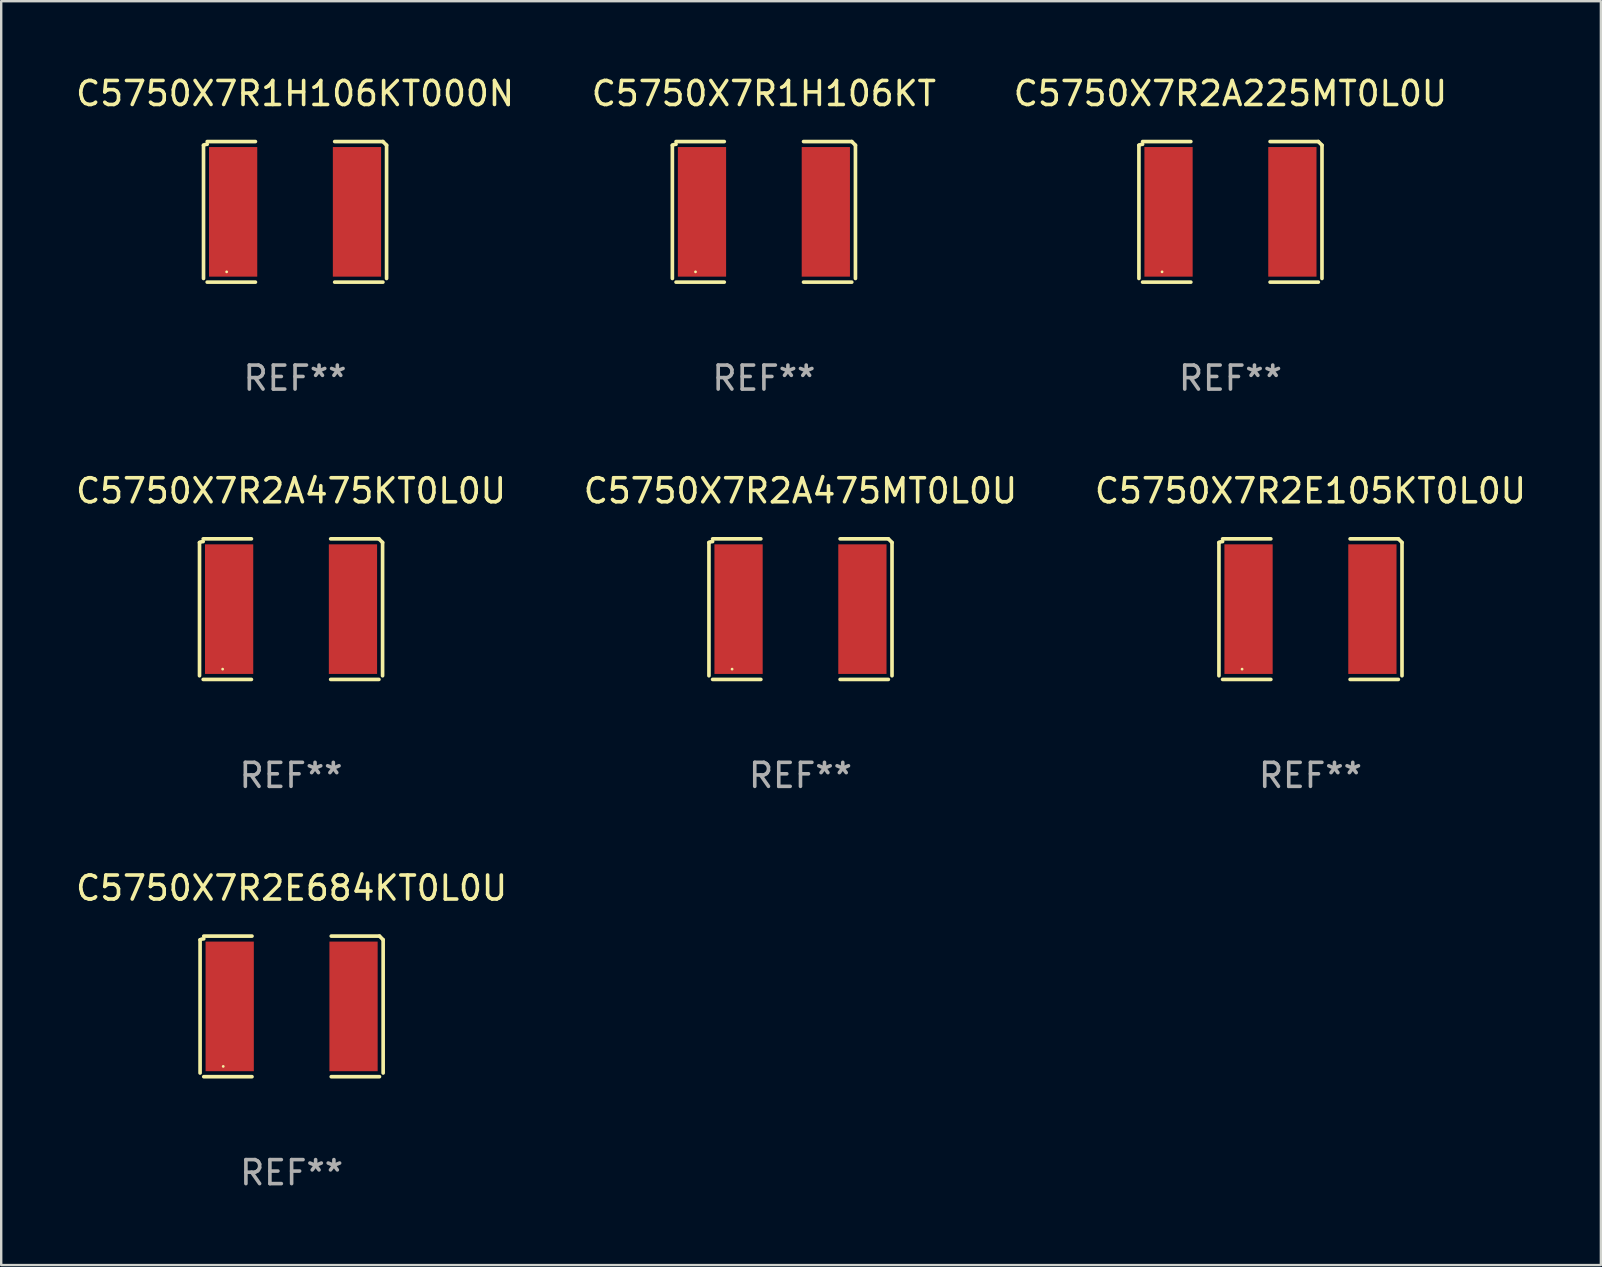
<source format=kicad_pcb>
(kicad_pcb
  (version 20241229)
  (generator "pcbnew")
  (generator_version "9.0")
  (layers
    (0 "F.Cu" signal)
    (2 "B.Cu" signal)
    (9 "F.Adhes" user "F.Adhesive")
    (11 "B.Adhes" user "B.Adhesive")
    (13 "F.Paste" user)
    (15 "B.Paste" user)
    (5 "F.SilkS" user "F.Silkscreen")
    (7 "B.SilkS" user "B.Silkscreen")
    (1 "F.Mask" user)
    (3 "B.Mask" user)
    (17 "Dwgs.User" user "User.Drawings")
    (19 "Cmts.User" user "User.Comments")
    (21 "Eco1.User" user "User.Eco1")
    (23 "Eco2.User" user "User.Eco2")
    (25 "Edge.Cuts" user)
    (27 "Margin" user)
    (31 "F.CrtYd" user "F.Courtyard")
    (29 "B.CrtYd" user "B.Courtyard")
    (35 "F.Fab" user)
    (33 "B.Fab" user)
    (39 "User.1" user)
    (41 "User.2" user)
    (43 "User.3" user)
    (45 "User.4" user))
  (footprint "C5750X7R2A475MT0L0U"
    (layer "F.Cu")
    (at 30.304 22.331)
    (property "Reference" "C5750X7R2A475MT0L0U" (at 0 -4.929 0) (layer "F.SilkS") (effects (font (size 1 1) (thickness 0.15))))
    (attr through_hole)
    (fp_line (start -3.814 2.776) (end -3.814 -2.776) (stroke (width 0.152) (type solid)) (layer "F.SilkS"))
    (fp_line (start -3.661 -2.929) (end -1.651 -2.929) (stroke (width 0.152) (type solid)) (layer "F.SilkS"))
    (fp_line (start -1.651 2.929) (end -3.661 2.929) (stroke (width 0.152) (type solid)) (layer "F.SilkS"))
    (fp_line (start 1.651 2.929) (end 3.661 2.929) (stroke (width 0.152) (type solid)) (layer "F.SilkS"))
    (fp_line (start 3.661 -2.929) (end 1.651 -2.929) (stroke (width 0.152) (type solid)) (layer "F.SilkS"))
    (fp_line (start 3.814 2.776) (end 3.814 -2.776) (stroke (width 0.152) (type solid)) (layer "F.SilkS"))
    (fp_arc (start -3.813614 -2.7762) (mid -3.739925 -2.805625) (end -3.661214 -2.815646) (stroke (width 0.1524) (type solid)) (layer "F.SilkS"))
    (fp_arc (start 3.661214 -2.9286) (mid 3.737425 -2.852411) (end 3.813614 -2.7762) (stroke (width 0.1524) (type solid)) (layer "F.SilkS"))
    (fp_circle (center -2.85 2.5) (end -2.82 2.5) (stroke (width 0.06) (type solid)) (fill no) (layer "F.SilkS"))
    (fp_text user "REF**" (at 0 6.929 0) (layer "F.Fab") (effects (font (size 1 1) (thickness 0.15))))
    (pad "1" smd rect (at -2.58 0) (size 2.01 5.4) (layers "F.Cu" "F.Mask" "F.Paste"))
    (pad "2" smd rect (at 2.58 0) (size 2.01 5.4) (layers "F.Cu" "F.Mask" "F.Paste")))
  (footprint "C5750X7R2A475KT0L0U"
    (layer "F.Cu")
    (at 9.077 22.331)
    (property "Reference" "C5750X7R2A475KT0L0U" (at 0 -4.929 0) (layer "F.SilkS") (effects (font (size 1 1) (thickness 0.15))))
    (attr through_hole)
    (fp_line (start -3.814 2.776) (end -3.814 -2.776) (stroke (width 0.152) (type solid)) (layer "F.SilkS"))
    (fp_line (start -3.661 -2.929) (end -1.651 -2.929) (stroke (width 0.152) (type solid)) (layer "F.SilkS"))
    (fp_line (start -1.651 2.929) (end -3.661 2.929) (stroke (width 0.152) (type solid)) (layer "F.SilkS"))
    (fp_line (start 1.651 2.929) (end 3.661 2.929) (stroke (width 0.152) (type solid)) (layer "F.SilkS"))
    (fp_line (start 3.661 -2.929) (end 1.651 -2.929) (stroke (width 0.152) (type solid)) (layer "F.SilkS"))
    (fp_line (start 3.814 2.776) (end 3.814 -2.776) (stroke (width 0.152) (type solid)) (layer "F.SilkS"))
    (fp_arc (start -3.813614 -2.7762) (mid -3.739925 -2.805625) (end -3.661214 -2.815646) (stroke (width 0.1524) (type solid)) (layer "F.SilkS"))
    (fp_arc (start 3.661214 -2.9286) (mid 3.737425 -2.852411) (end 3.813614 -2.7762) (stroke (width 0.1524) (type solid)) (layer "F.SilkS"))
    (fp_circle (center -2.85 2.5) (end -2.82 2.5) (stroke (width 0.06) (type solid)) (fill no) (layer "F.SilkS"))
    (fp_text user "REF**" (at 0 6.929 0) (layer "F.Fab") (effects (font (size 1 1) (thickness 0.15))))
    (pad "1" smd rect (at -2.58 0) (size 2.01 5.4) (layers "F.Cu" "F.Mask" "F.Paste"))
    (pad "2" smd rect (at 2.58 0) (size 2.01 5.4) (layers "F.Cu" "F.Mask" "F.Paste")))
  (footprint "C5750X7R2E105KT0L0U"
    (layer "F.Cu")
    (at 51.554 22.331)
    (property "Reference" "C5750X7R2E105KT0L0U" (at 0 -4.929 0) (layer "F.SilkS") (effects (font (size 1 1) (thickness 0.15))))
    (attr through_hole)
    (fp_line (start -3.814 2.776) (end -3.814 -2.776) (stroke (width 0.152) (type solid)) (layer "F.SilkS"))
    (fp_line (start -3.661 -2.929) (end -1.651 -2.929) (stroke (width 0.152) (type solid)) (layer "F.SilkS"))
    (fp_line (start -1.651 2.929) (end -3.661 2.929) (stroke (width 0.152) (type solid)) (layer "F.SilkS"))
    (fp_line (start 1.651 2.929) (end 3.661 2.929) (stroke (width 0.152) (type solid)) (layer "F.SilkS"))
    (fp_line (start 3.661 -2.929) (end 1.651 -2.929) (stroke (width 0.152) (type solid)) (layer "F.SilkS"))
    (fp_line (start 3.814 2.776) (end 3.814 -2.776) (stroke (width 0.152) (type solid)) (layer "F.SilkS"))
    (fp_arc (start -3.813614 -2.7762) (mid -3.739925 -2.805625) (end -3.661214 -2.815646) (stroke (width 0.1524) (type solid)) (layer "F.SilkS"))
    (fp_arc (start 3.661214 -2.9286) (mid 3.737425 -2.852411) (end 3.813614 -2.7762) (stroke (width 0.1524) (type solid)) (layer "F.SilkS"))
    (fp_circle (center -2.85 2.5) (end -2.82 2.5) (stroke (width 0.06) (type solid)) (fill no) (layer "F.SilkS"))
    (fp_text user "REF**" (at 0 6.929 0) (layer "F.Fab") (effects (font (size 1 1) (thickness 0.15))))
    (pad "1" smd rect (at -2.58 0) (size 2.01 5.4) (layers "F.Cu" "F.Mask" "F.Paste"))
    (pad "2" smd rect (at 2.58 0) (size 2.01 5.4) (layers "F.Cu" "F.Mask" "F.Paste")))
  (footprint "C5750X7R2A225MT0L0U"
    (layer "F.Cu")
    (at 48.22 5.777)
    (property "Reference" "C5750X7R2A225MT0L0U" (at 0 -4.929 0) (layer "F.SilkS") (effects (font (size 1 1) (thickness 0.15))))
    (attr through_hole)
    (fp_line (start -3.814 2.776) (end -3.814 -2.776) (stroke (width 0.152) (type solid)) (layer "F.SilkS"))
    (fp_line (start -3.661 -2.929) (end -1.651 -2.929) (stroke (width 0.152) (type solid)) (layer "F.SilkS"))
    (fp_line (start -1.651 2.929) (end -3.661 2.929) (stroke (width 0.152) (type solid)) (layer "F.SilkS"))
    (fp_line (start 1.651 2.929) (end 3.661 2.929) (stroke (width 0.152) (type solid)) (layer "F.SilkS"))
    (fp_line (start 3.661 -2.929) (end 1.651 -2.929) (stroke (width 0.152) (type solid)) (layer "F.SilkS"))
    (fp_line (start 3.814 2.776) (end 3.814 -2.776) (stroke (width 0.152) (type solid)) (layer "F.SilkS"))
    (fp_arc (start -3.813614 -2.7762) (mid -3.739925 -2.805625) (end -3.661214 -2.815646) (stroke (width 0.1524) (type solid)) (layer "F.SilkS"))
    (fp_arc (start 3.661214 -2.9286) (mid 3.737425 -2.852411) (end 3.813614 -2.7762) (stroke (width 0.1524) (type solid)) (layer "F.SilkS"))
    (fp_circle (center -2.85 2.5) (end -2.82 2.5) (stroke (width 0.06) (type solid)) (fill no) (layer "F.SilkS"))
    (fp_text user "REF**" (at 0 6.929 0) (layer "F.Fab") (effects (font (size 1 1) (thickness 0.15))))
    (pad "1" smd rect (at -2.58 0) (size 2.01 5.4) (layers "F.Cu" "F.Mask" "F.Paste"))
    (pad "2" smd rect (at 2.58 0) (size 2.01 5.4) (layers "F.Cu" "F.Mask" "F.Paste")))
  (footprint "C5750X7R1H106KT"
    (layer "F.Cu")
    (at 28.78 5.777)
    (property "Reference" "C5750X7R1H106KT" (at 0 -4.929 0) (layer "F.SilkS") (effects (font (size 1 1) (thickness 0.15))))
    (attr through_hole)
    (fp_line (start -3.814 2.776) (end -3.814 -2.776) (stroke (width 0.152) (type solid)) (layer "F.SilkS"))
    (fp_line (start -3.661 -2.929) (end -1.651 -2.929) (stroke (width 0.152) (type solid)) (layer "F.SilkS"))
    (fp_line (start -1.651 2.929) (end -3.661 2.929) (stroke (width 0.152) (type solid)) (layer "F.SilkS"))
    (fp_line (start 1.651 2.929) (end 3.661 2.929) (stroke (width 0.152) (type solid)) (layer "F.SilkS"))
    (fp_line (start 3.661 -2.929) (end 1.651 -2.929) (stroke (width 0.152) (type solid)) (layer "F.SilkS"))
    (fp_line (start 3.814 2.776) (end 3.814 -2.776) (stroke (width 0.152) (type solid)) (layer "F.SilkS"))
    (fp_arc (start -3.813614 -2.7762) (mid -3.739925 -2.805625) (end -3.661214 -2.815646) (stroke (width 0.1524) (type solid)) (layer "F.SilkS"))
    (fp_arc (start 3.661214 -2.9286) (mid 3.737425 -2.852411) (end 3.813614 -2.7762) (stroke (width 0.1524) (type solid)) (layer "F.SilkS"))
    (fp_circle (center -2.85 2.5) (end -2.82 2.5) (stroke (width 0.06) (type solid)) (fill no) (layer "F.SilkS"))
    (fp_text user "REF**" (at 0 6.929 0) (layer "F.Fab") (effects (font (size 1 1) (thickness 0.15))))
    (pad "1" smd rect (at -2.58 0) (size 2.01 5.4) (layers "F.Cu" "F.Mask" "F.Paste"))
    (pad "2" smd rect (at 2.58 0) (size 2.01 5.4) (layers "F.Cu" "F.Mask" "F.Paste")))
  (footprint "C5750X7R1H106KT000N"
    (layer "F.Cu")
    (at 9.244 5.777)
    (property "Reference" "C5750X7R1H106KT000N" (at 0 -4.929 0) (layer "F.SilkS") (effects (font (size 1 1) (thickness 0.15))))
    (attr through_hole)
    (fp_line (start -3.814 2.776) (end -3.814 -2.776) (stroke (width 0.152) (type solid)) (layer "F.SilkS"))
    (fp_line (start -3.661 -2.929) (end -1.651 -2.929) (stroke (width 0.152) (type solid)) (layer "F.SilkS"))
    (fp_line (start -1.651 2.929) (end -3.661 2.929) (stroke (width 0.152) (type solid)) (layer "F.SilkS"))
    (fp_line (start 1.651 2.929) (end 3.661 2.929) (stroke (width 0.152) (type solid)) (layer "F.SilkS"))
    (fp_line (start 3.661 -2.929) (end 1.651 -2.929) (stroke (width 0.152) (type solid)) (layer "F.SilkS"))
    (fp_line (start 3.814 2.776) (end 3.814 -2.776) (stroke (width 0.152) (type solid)) (layer "F.SilkS"))
    (fp_arc (start -3.813614 -2.7762) (mid -3.739925 -2.805625) (end -3.661214 -2.815646) (stroke (width 0.1524) (type solid)) (layer "F.SilkS"))
    (fp_arc (start 3.661214 -2.9286) (mid 3.737425 -2.852411) (end 3.813614 -2.7762) (stroke (width 0.1524) (type solid)) (layer "F.SilkS"))
    (fp_circle (center -2.85 2.5) (end -2.82 2.5) (stroke (width 0.06) (type solid)) (fill no) (layer "F.SilkS"))
    (fp_text user "REF**" (at 0 6.929 0) (layer "F.Fab") (effects (font (size 1 1) (thickness 0.15))))
    (pad "1" smd rect (at -2.58 0) (size 2.01 5.4) (layers "F.Cu" "F.Mask" "F.Paste"))
    (pad "2" smd rect (at 2.58 0) (size 2.01 5.4) (layers "F.Cu" "F.Mask" "F.Paste")))
  (footprint "C5750X7R2E684KT0L0U"
    (layer "F.Cu")
    (at 9.101 38.884)
    (property "Reference" "C5750X7R2E684KT0L0U" (at 0 -4.929 0) (layer "F.SilkS") (effects (font (size 1 1) (thickness 0.15))))
    (attr through_hole)
    (fp_line (start -3.814 2.776) (end -3.814 -2.776) (stroke (width 0.152) (type solid)) (layer "F.SilkS"))
    (fp_line (start -3.661 -2.929) (end -1.651 -2.929) (stroke (width 0.152) (type solid)) (layer "F.SilkS"))
    (fp_line (start -1.651 2.929) (end -3.661 2.929) (stroke (width 0.152) (type solid)) (layer "F.SilkS"))
    (fp_line (start 1.651 2.929) (end 3.661 2.929) (stroke (width 0.152) (type solid)) (layer "F.SilkS"))
    (fp_line (start 3.661 -2.929) (end 1.651 -2.929) (stroke (width 0.152) (type solid)) (layer "F.SilkS"))
    (fp_line (start 3.814 2.776) (end 3.814 -2.776) (stroke (width 0.152) (type solid)) (layer "F.SilkS"))
    (fp_arc (start -3.813614 -2.7762) (mid -3.739925 -2.805625) (end -3.661214 -2.815646) (stroke (width 0.1524) (type solid)) (layer "F.SilkS"))
    (fp_arc (start 3.661214 -2.9286) (mid 3.737425 -2.852411) (end 3.813614 -2.7762) (stroke (width 0.1524) (type solid)) (layer "F.SilkS"))
    (fp_circle (center -2.85 2.5) (end -2.82 2.5) (stroke (width 0.06) (type solid)) (fill no) (layer "F.SilkS"))
    (fp_text user "REF**" (at 0 6.929 0) (layer "F.Fab") (effects (font (size 1 1) (thickness 0.15))))
    (pad "1" smd rect (at -2.58 0) (size 2.01 5.4) (layers "F.Cu" "F.Mask" "F.Paste"))
    (pad "2" smd rect (at 2.58 0) (size 2.01 5.4) (layers "F.Cu" "F.Mask" "F.Paste")))
  (gr_rect
    (start -3 -3)
    (end 63.655 49.661)
    (stroke (width 0.1) (type default))
    (fill no)
    (layer "Edge.Cuts")))
</source>
